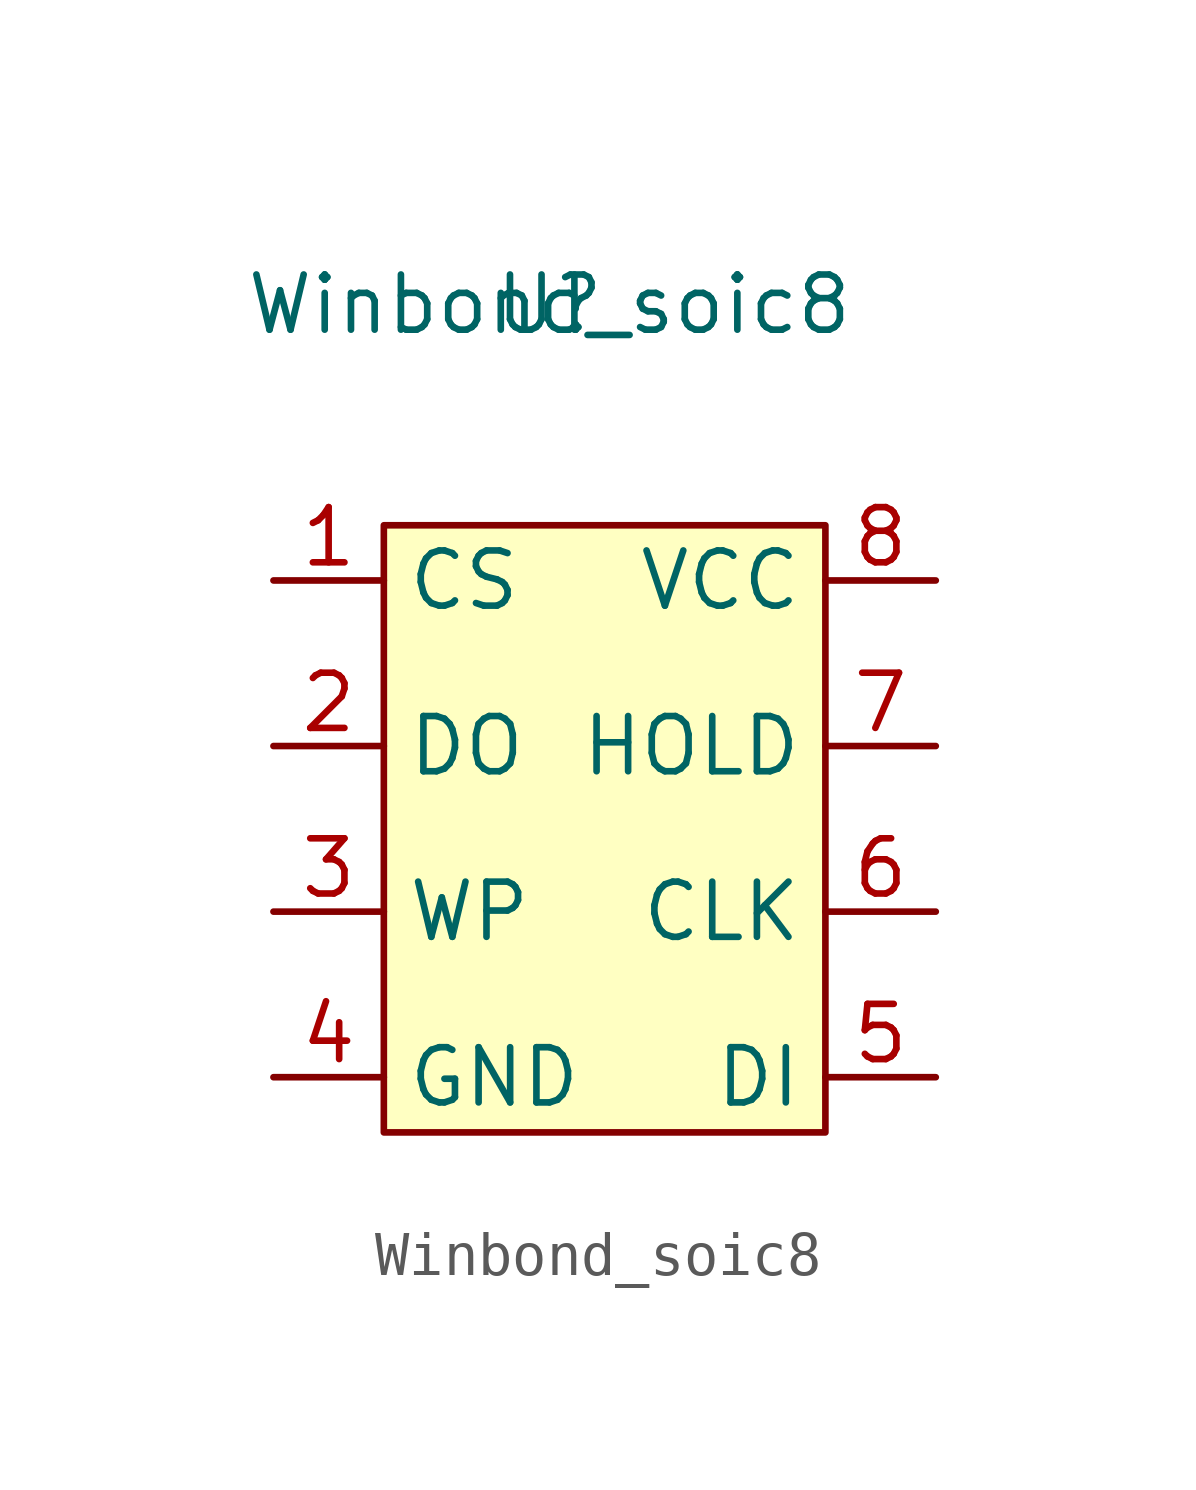
<source format=kicad_sym>
(kicad_symbol_lib
  (version 20211014)
  (generator kicad_symbol_editor)
  (symbol "Winbond_soic8"
    (property "Reference" "U"
      (at -1.27 12.7 0)
      (effects (font (size 1.27 1.27))))
    (property "Value" "Winbond_soic8"
      (at -1.27 12.7 0)
      (effects (font (size 1.27 1.27))))
    (symbol "Winbond_soic8_0_1"
      (rectangle (start -5.08 7.62) (end 5.08 -6.35) (stroke (width 0) (type default) (color 0 0 0 0)) (fill (type background))))
    (symbol "Winbond_soic8_1_1"
      (pin input line (at -7.62 6.35 0) (length 2.54) (name "CS" (effects (font (size 1.27 1.27)))) (number "1" (effects (font (size 1.27 1.27)))))
      (pin input line (at -7.62 2.54 0) (length 2.54) (name "DO" (effects (font (size 1.27 1.27)))) (number "2" (effects (font (size 1.27 1.27)))))
      (pin input line (at -7.62 -1.27 0) (length 2.54) (name "WP" (effects (font (size 1.27 1.27)))) (number "3" (effects (font (size 1.27 1.27)))))
      (pin input line (at -7.62 -5.08 0) (length 2.54) (name "GND" (effects (font (size 1.27 1.27)))) (number "4" (effects (font (size 1.27 1.27)))))
      (pin input line (at 7.62 -5.08 180) (length 2.54) (name "DI" (effects (font (size 1.27 1.27)))) (number "5" (effects (font (size 1.27 1.27)))))
      (pin input line (at 7.62 -1.27 180) (length 2.54) (name "CLK" (effects (font (size 1.27 1.27)))) (number "6" (effects (font (size 1.27 1.27)))))
      (pin input line (at 7.62 2.54 180) (length 2.54) (name "HOLD" (effects (font (size 1.27 1.27)))) (number "7" (effects (font (size 1.27 1.27)))))
      (pin input line (at 7.62 6.35 180) (length 2.54) (name "VCC" (effects (font (size 1.27 1.27)))) (number "8" (effects (font (size 1.27 1.27))))))))
</source>
